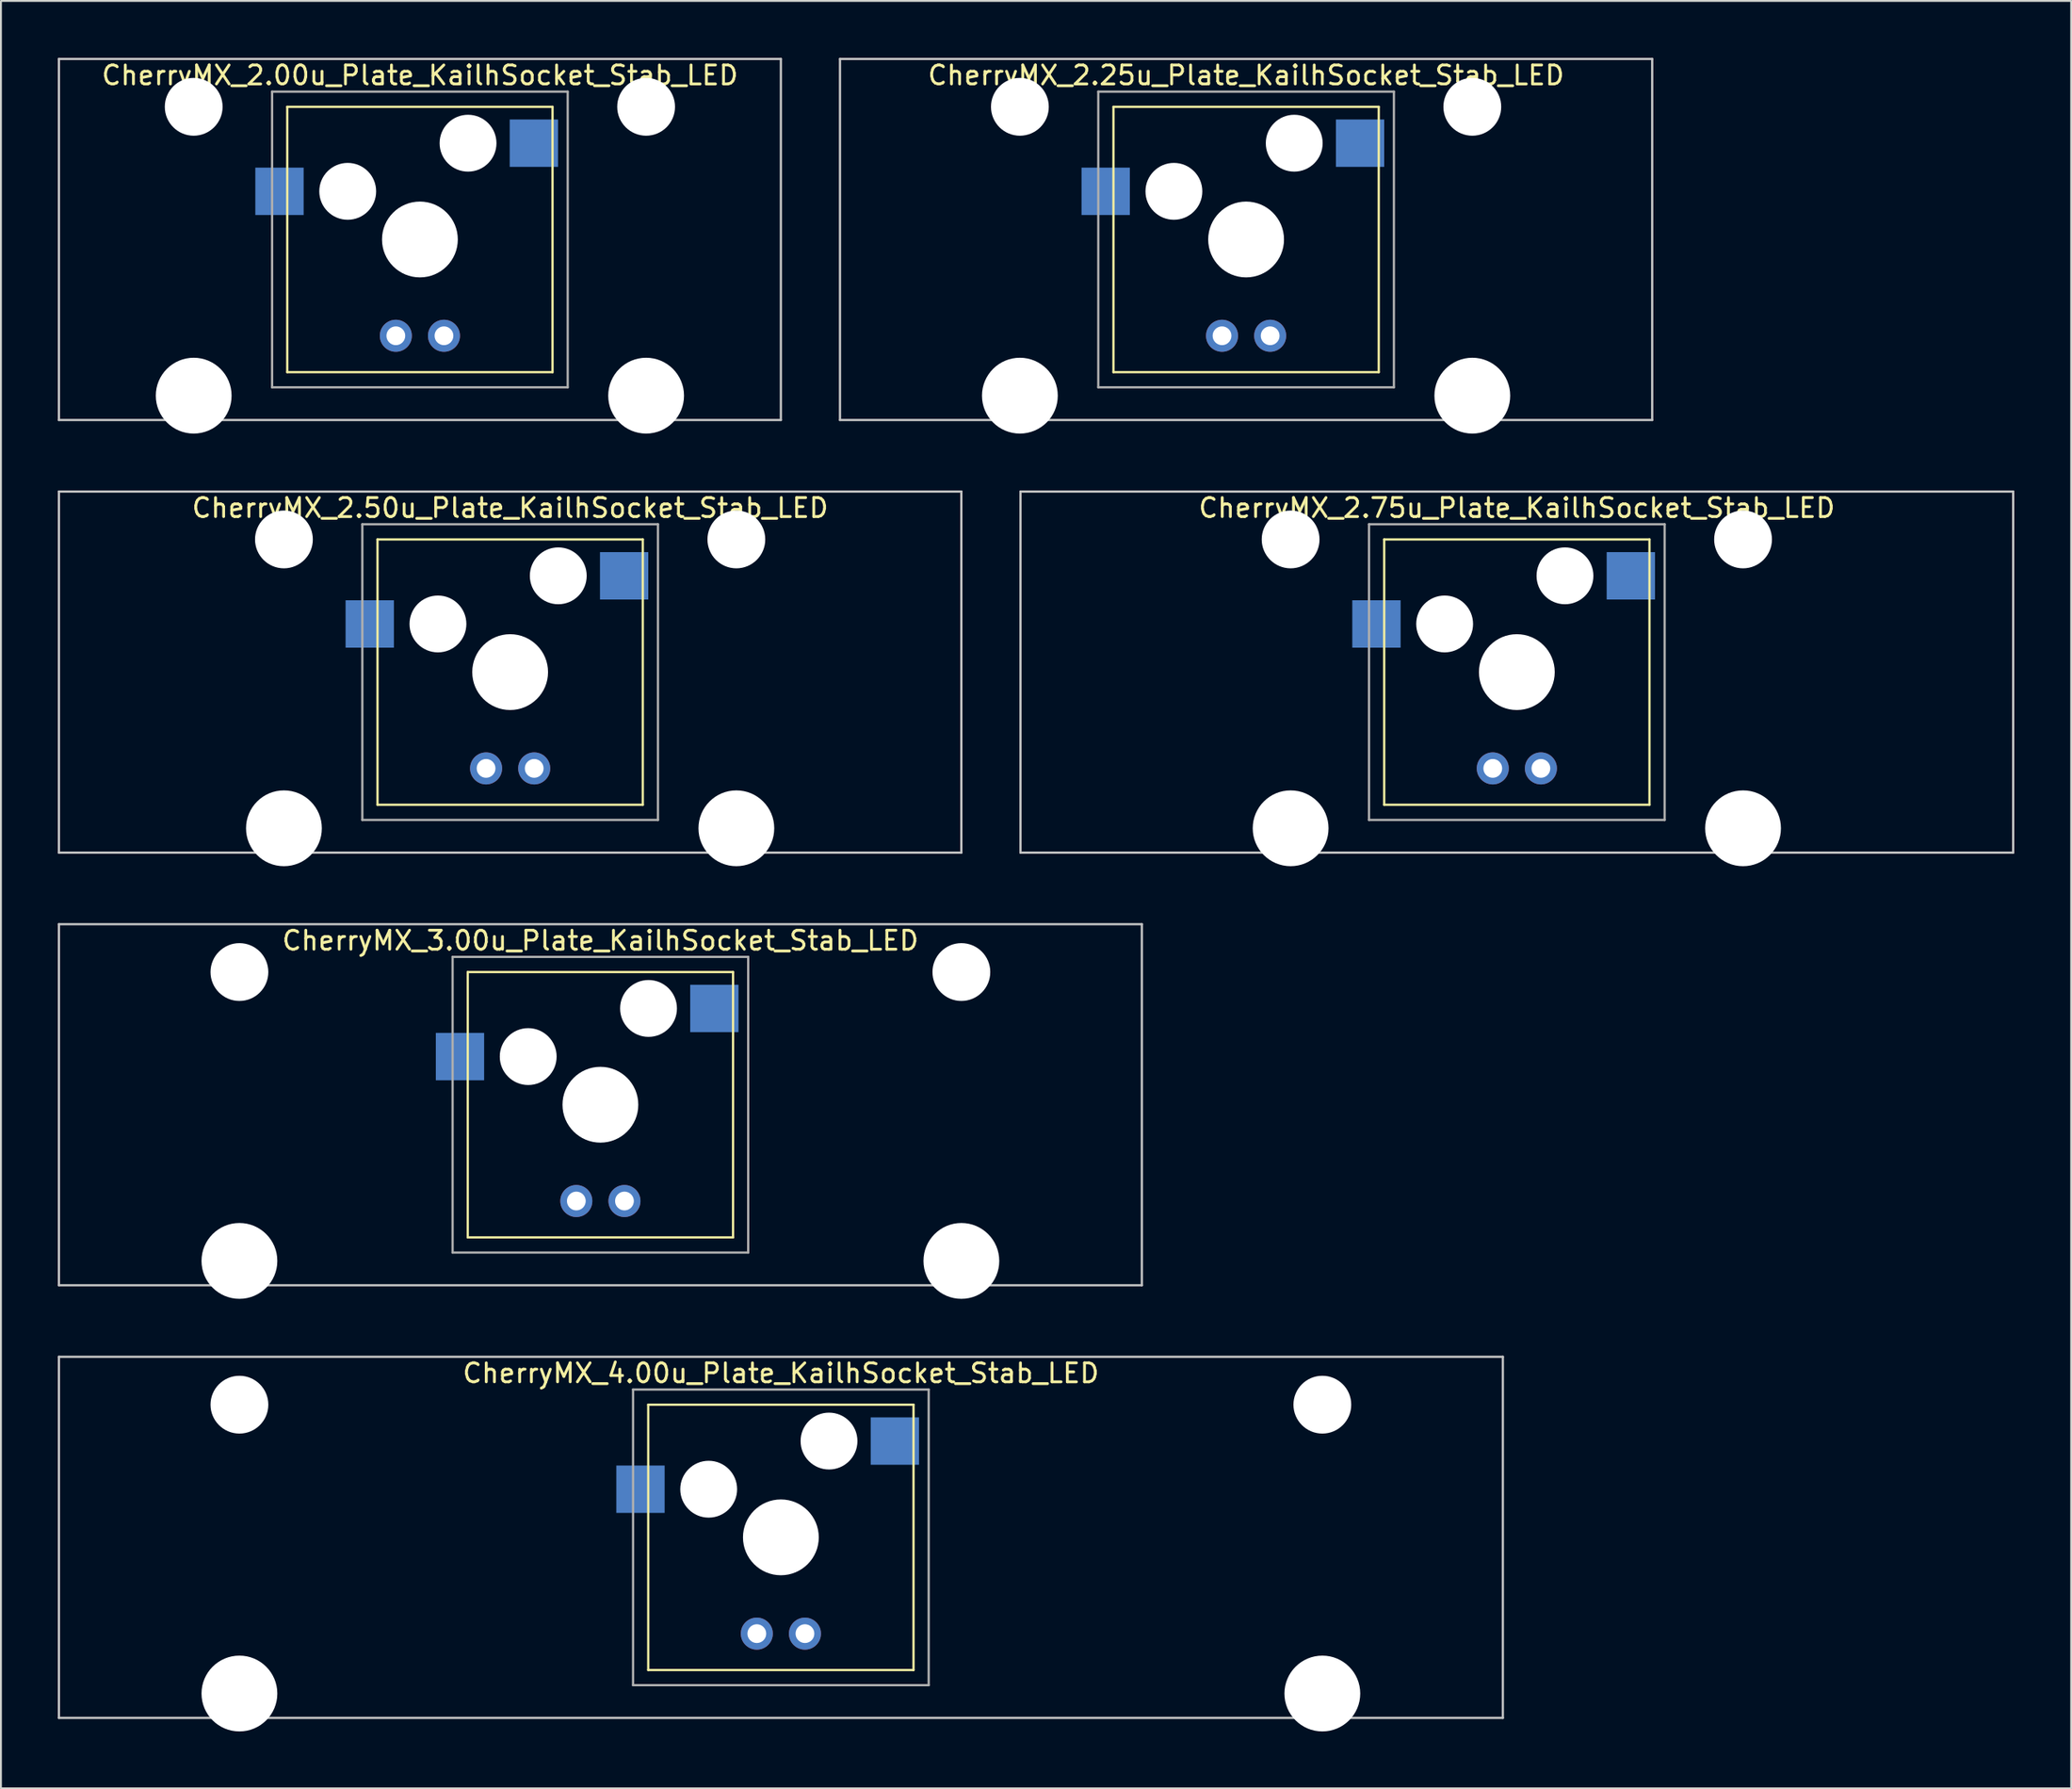
<source format=kicad_pcb>
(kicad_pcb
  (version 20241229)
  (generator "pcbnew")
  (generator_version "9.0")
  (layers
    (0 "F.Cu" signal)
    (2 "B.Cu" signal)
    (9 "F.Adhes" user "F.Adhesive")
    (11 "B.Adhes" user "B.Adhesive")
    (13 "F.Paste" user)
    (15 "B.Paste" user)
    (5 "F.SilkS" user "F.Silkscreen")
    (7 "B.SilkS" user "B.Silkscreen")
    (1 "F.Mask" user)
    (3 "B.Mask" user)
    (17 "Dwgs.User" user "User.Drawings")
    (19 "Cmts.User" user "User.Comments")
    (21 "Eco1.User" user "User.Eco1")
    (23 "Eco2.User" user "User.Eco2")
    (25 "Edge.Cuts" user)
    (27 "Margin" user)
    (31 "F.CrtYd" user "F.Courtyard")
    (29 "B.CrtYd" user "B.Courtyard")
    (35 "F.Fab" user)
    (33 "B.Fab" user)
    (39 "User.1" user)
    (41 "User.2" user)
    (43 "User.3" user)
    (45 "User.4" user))
  (footprint "CherryMX_2.00u_Plate_KailhSocket_Stab_LED"
    (layer "F.Cu")
    (at 19.11 9.585)
    (property "Reference" "CherryMX_2.00u_Plate_KailhSocket_Stab_LED" (at 0 -8.662 0) (layer "F.SilkS") (effects (font (size 1 1) (thickness 0.15))))
    (attr through_hole)
    (fp_line (start -7 -7) (end -7 7) (stroke (width 0.12) (type solid)) (layer "F.SilkS"))
    (fp_line (start -7 -7) (end 7 -7) (stroke (width 0.12) (type solid)) (layer "F.SilkS"))
    (fp_line (start 7 -7) (end 7 7) (stroke (width 0.12) (type solid)) (layer "F.SilkS"))
    (fp_line (start 7 7) (end -7 7) (stroke (width 0.12) (type solid)) (layer "F.SilkS"))
    (fp_line (start -19.05 -9.525) (end 19.05 -9.525) (stroke (width 0.12) (type solid)) (layer "Dwgs.User"))
    (fp_line (start -19.05 9.525) (end -19.05 -9.525) (stroke (width 0.12) (type solid)) (layer "Dwgs.User"))
    (fp_line (start 19.05 -9.525) (end 19.05 9.525) (stroke (width 0.12) (type solid)) (layer "Dwgs.User"))
    (fp_line (start 19.05 9.525) (end -19.05 9.525) (stroke (width 0.12) (type solid)) (layer "Dwgs.User"))
    (fp_line (start -7.8 -7.8) (end -7.8 7.8) (stroke (width 0.12) (type solid)) (layer "F.Fab"))
    (fp_line (start -7.8 -7.8) (end 7.8 -7.8) (stroke (width 0.12) (type solid)) (layer "F.Fab"))
    (fp_line (start -7.8 7.8) (end 7.8 7.8) (stroke (width 0.12) (type solid)) (layer "F.Fab"))
    (fp_line (start 7.8 -7.8) (end 7.8 7.8) (stroke (width 0.12) (type solid)) (layer "F.Fab"))
    (pad "" np_thru_hole circle (at -11.938 -7) (size 3.05 3.05) (drill 3.05) (layers "*.Cu" "*.Mask"))
    (pad "" np_thru_hole circle (at -11.938 8.24) (size 4 4) (drill 4) (layers "*.Cu" "*.Mask"))
    (pad "" np_thru_hole circle (at -3.81 -2.54) (size 3 3) (drill 3) (layers "*.Cu" "*.Mask"))
    (pad "" np_thru_hole circle (at 0 0) (size 4 4) (drill 4) (layers "*.Cu" "*.Mask"))
    (pad "" np_thru_hole circle (at 2.54 -5.08) (size 3 3) (drill 3) (layers "*.Cu" "*.Mask"))
    (pad "" np_thru_hole circle (at 11.938 -7) (size 3.05 3.05) (drill 3.05) (layers "*.Cu" "*.Mask"))
    (pad "" np_thru_hole circle (at 11.938 8.24) (size 4 4) (drill 4) (layers "*.Cu" "*.Mask"))
    (pad "1" smd rect (at -7.41 -2.54) (size 2.55 2.5) (layers "B.Cu" "B.Mask" "B.Paste"))
    (pad "2" smd rect (at 6.015 -5.08) (size 2.55 2.5) (layers "B.Cu" "B.Mask" "B.Paste"))
    (pad "3" thru_hole circle (at -1.27 5.08) (size 1.691 1.691) (drill 0.991) (layers "*.Cu" "*.Mask"))
    (pad "4" thru_hole circle (at 1.27 5.08) (size 1.691 1.691) (drill 0.991) (layers "*.Cu" "*.Mask")))
  (footprint "CherryMX_3.00u_Plate_KailhSocket_Stab_LED"
    (layer "F.Cu")
    (at 28.635 55.235)
    (property "Reference" "CherryMX_3.00u_Plate_KailhSocket_Stab_LED" (at 0 -8.662 0) (layer "F.SilkS") (effects (font (size 1 1) (thickness 0.15))))
    (attr through_hole)
    (fp_line (start -7 -7) (end -7 7) (stroke (width 0.12) (type solid)) (layer "F.SilkS"))
    (fp_line (start -7 -7) (end 7 -7) (stroke (width 0.12) (type solid)) (layer "F.SilkS"))
    (fp_line (start 7 -7) (end 7 7) (stroke (width 0.12) (type solid)) (layer "F.SilkS"))
    (fp_line (start 7 7) (end -7 7) (stroke (width 0.12) (type solid)) (layer "F.SilkS"))
    (fp_line (start -28.575 -9.525) (end 28.575 -9.525) (stroke (width 0.12) (type solid)) (layer "Dwgs.User"))
    (fp_line (start -28.575 9.525) (end -28.575 -9.525) (stroke (width 0.12) (type solid)) (layer "Dwgs.User"))
    (fp_line (start 28.575 -9.525) (end 28.575 9.525) (stroke (width 0.12) (type solid)) (layer "Dwgs.User"))
    (fp_line (start 28.575 9.525) (end -28.575 9.525) (stroke (width 0.12) (type solid)) (layer "Dwgs.User"))
    (fp_line (start -7.8 -7.8) (end -7.8 7.8) (stroke (width 0.12) (type solid)) (layer "F.Fab"))
    (fp_line (start -7.8 -7.8) (end 7.8 -7.8) (stroke (width 0.12) (type solid)) (layer "F.Fab"))
    (fp_line (start -7.8 7.8) (end 7.8 7.8) (stroke (width 0.12) (type solid)) (layer "F.Fab"))
    (fp_line (start 7.8 -7.8) (end 7.8 7.8) (stroke (width 0.12) (type solid)) (layer "F.Fab"))
    (pad "" np_thru_hole circle (at -19.05 -7) (size 3.05 3.05) (drill 3.05) (layers "*.Cu" "*.Mask"))
    (pad "" np_thru_hole circle (at -19.05 8.24) (size 4 4) (drill 4) (layers "*.Cu" "*.Mask"))
    (pad "" np_thru_hole circle (at -3.81 -2.54) (size 3 3) (drill 3) (layers "*.Cu" "*.Mask"))
    (pad "" np_thru_hole circle (at 0 0) (size 4 4) (drill 4) (layers "*.Cu" "*.Mask"))
    (pad "" np_thru_hole circle (at 2.54 -5.08) (size 3 3) (drill 3) (layers "*.Cu" "*.Mask"))
    (pad "" np_thru_hole circle (at 19.05 -7) (size 3.05 3.05) (drill 3.05) (layers "*.Cu" "*.Mask"))
    (pad "" np_thru_hole circle (at 19.05 8.24) (size 4 4) (drill 4) (layers "*.Cu" "*.Mask"))
    (pad "1" smd rect (at -7.41 -2.54) (size 2.55 2.5) (layers "B.Cu" "B.Mask" "B.Paste"))
    (pad "2" smd rect (at 6.015 -5.08) (size 2.55 2.5) (layers "B.Cu" "B.Mask" "B.Paste"))
    (pad "3" thru_hole circle (at -1.27 5.08) (size 1.691 1.691) (drill 0.991) (layers "*.Cu" "*.Mask"))
    (pad "4" thru_hole circle (at 1.27 5.08) (size 1.691 1.691) (drill 0.991) (layers "*.Cu" "*.Mask")))
  (footprint "CherryMX_4.00u_Plate_KailhSocket_Stab_LED"
    (layer "F.Cu")
    (at 38.16 78.06)
    (property "Reference" "CherryMX_4.00u_Plate_KailhSocket_Stab_LED" (at 0 -8.662 0) (layer "F.SilkS") (effects (font (size 1 1) (thickness 0.15))))
    (attr through_hole)
    (fp_line (start -7 -7) (end -7 7) (stroke (width 0.12) (type solid)) (layer "F.SilkS"))
    (fp_line (start -7 -7) (end 7 -7) (stroke (width 0.12) (type solid)) (layer "F.SilkS"))
    (fp_line (start 7 -7) (end 7 7) (stroke (width 0.12) (type solid)) (layer "F.SilkS"))
    (fp_line (start 7 7) (end -7 7) (stroke (width 0.12) (type solid)) (layer "F.SilkS"))
    (fp_line (start -38.1 -9.525) (end 38.1 -9.525) (stroke (width 0.12) (type solid)) (layer "Dwgs.User"))
    (fp_line (start -38.1 9.525) (end -38.1 -9.525) (stroke (width 0.12) (type solid)) (layer "Dwgs.User"))
    (fp_line (start 38.1 -9.525) (end 38.1 9.525) (stroke (width 0.12) (type solid)) (layer "Dwgs.User"))
    (fp_line (start 38.1 9.525) (end -38.1 9.525) (stroke (width 0.12) (type solid)) (layer "Dwgs.User"))
    (fp_line (start -7.8 -7.8) (end -7.8 7.8) (stroke (width 0.12) (type solid)) (layer "F.Fab"))
    (fp_line (start -7.8 -7.8) (end 7.8 -7.8) (stroke (width 0.12) (type solid)) (layer "F.Fab"))
    (fp_line (start -7.8 7.8) (end 7.8 7.8) (stroke (width 0.12) (type solid)) (layer "F.Fab"))
    (fp_line (start 7.8 -7.8) (end 7.8 7.8) (stroke (width 0.12) (type solid)) (layer "F.Fab"))
    (pad "" np_thru_hole circle (at -28.575 -7) (size 3.05 3.05) (drill 3.05) (layers "*.Cu" "*.Mask"))
    (pad "" np_thru_hole circle (at -28.575 8.24) (size 4 4) (drill 4) (layers "*.Cu" "*.Mask"))
    (pad "" np_thru_hole circle (at -3.81 -2.54) (size 3 3) (drill 3) (layers "*.Cu" "*.Mask"))
    (pad "" np_thru_hole circle (at 0 0) (size 4 4) (drill 4) (layers "*.Cu" "*.Mask"))
    (pad "" np_thru_hole circle (at 2.54 -5.08) (size 3 3) (drill 3) (layers "*.Cu" "*.Mask"))
    (pad "" np_thru_hole circle (at 28.575 -7) (size 3.05 3.05) (drill 3.05) (layers "*.Cu" "*.Mask"))
    (pad "" np_thru_hole circle (at 28.575 8.24) (size 4 4) (drill 4) (layers "*.Cu" "*.Mask"))
    (pad "1" smd rect (at -7.41 -2.54) (size 2.55 2.5) (layers "B.Cu" "B.Mask" "B.Paste"))
    (pad "2" smd rect (at 6.015 -5.08) (size 2.55 2.5) (layers "B.Cu" "B.Mask" "B.Paste"))
    (pad "3" thru_hole circle (at -1.27 5.08) (size 1.691 1.691) (drill 0.991) (layers "*.Cu" "*.Mask"))
    (pad "4" thru_hole circle (at 1.27 5.08) (size 1.691 1.691) (drill 0.991) (layers "*.Cu" "*.Mask")))
  (footprint "CherryMX_2.50u_Plate_KailhSocket_Stab_LED"
    (layer "F.Cu")
    (at 23.872 32.41)
    (property "Reference" "CherryMX_2.50u_Plate_KailhSocket_Stab_LED" (at 0 -8.662 0) (layer "F.SilkS") (effects (font (size 1 1) (thickness 0.15))))
    (attr through_hole)
    (fp_line (start -7 -7) (end -7 7) (stroke (width 0.12) (type solid)) (layer "F.SilkS"))
    (fp_line (start -7 -7) (end 7 -7) (stroke (width 0.12) (type solid)) (layer "F.SilkS"))
    (fp_line (start 7 -7) (end 7 7) (stroke (width 0.12) (type solid)) (layer "F.SilkS"))
    (fp_line (start 7 7) (end -7 7) (stroke (width 0.12) (type solid)) (layer "F.SilkS"))
    (fp_line (start -23.812 -9.525) (end 23.812 -9.525) (stroke (width 0.12) (type solid)) (layer "Dwgs.User"))
    (fp_line (start -23.812 9.525) (end -23.812 -9.525) (stroke (width 0.12) (type solid)) (layer "Dwgs.User"))
    (fp_line (start 23.812 -9.525) (end 23.812 9.525) (stroke (width 0.12) (type solid)) (layer "Dwgs.User"))
    (fp_line (start 23.812 9.525) (end -23.812 9.525) (stroke (width 0.12) (type solid)) (layer "Dwgs.User"))
    (fp_line (start -7.8 -7.8) (end -7.8 7.8) (stroke (width 0.12) (type solid)) (layer "F.Fab"))
    (fp_line (start -7.8 -7.8) (end 7.8 -7.8) (stroke (width 0.12) (type solid)) (layer "F.Fab"))
    (fp_line (start -7.8 7.8) (end 7.8 7.8) (stroke (width 0.12) (type solid)) (layer "F.Fab"))
    (fp_line (start 7.8 -7.8) (end 7.8 7.8) (stroke (width 0.12) (type solid)) (layer "F.Fab"))
    (pad "" np_thru_hole circle (at -11.938 -7) (size 3.05 3.05) (drill 3.05) (layers "*.Cu" "*.Mask"))
    (pad "" np_thru_hole circle (at -11.938 8.24) (size 4 4) (drill 4) (layers "*.Cu" "*.Mask"))
    (pad "" np_thru_hole circle (at -3.81 -2.54) (size 3 3) (drill 3) (layers "*.Cu" "*.Mask"))
    (pad "" np_thru_hole circle (at 0 0) (size 4 4) (drill 4) (layers "*.Cu" "*.Mask"))
    (pad "" np_thru_hole circle (at 2.54 -5.08) (size 3 3) (drill 3) (layers "*.Cu" "*.Mask"))
    (pad "" np_thru_hole circle (at 11.938 -7) (size 3.05 3.05) (drill 3.05) (layers "*.Cu" "*.Mask"))
    (pad "" np_thru_hole circle (at 11.938 8.24) (size 4 4) (drill 4) (layers "*.Cu" "*.Mask"))
    (pad "1" smd rect (at -7.41 -2.54) (size 2.55 2.5) (layers "B.Cu" "B.Mask" "B.Paste"))
    (pad "2" smd rect (at 6.015 -5.08) (size 2.55 2.5) (layers "B.Cu" "B.Mask" "B.Paste"))
    (pad "3" thru_hole circle (at -1.27 5.08) (size 1.691 1.691) (drill 0.991) (layers "*.Cu" "*.Mask"))
    (pad "4" thru_hole circle (at 1.27 5.08) (size 1.691 1.691) (drill 0.991) (layers "*.Cu" "*.Mask")))
  (footprint "CherryMX_2.75u_Plate_KailhSocket_Stab_LED"
    (layer "F.Cu")
    (at 76.999 32.41)
    (property "Reference" "CherryMX_2.75u_Plate_KailhSocket_Stab_LED" (at 0 -8.662 0) (layer "F.SilkS") (effects (font (size 1 1) (thickness 0.15))))
    (attr through_hole)
    (fp_line (start -7 -7) (end -7 7) (stroke (width 0.12) (type solid)) (layer "F.SilkS"))
    (fp_line (start -7 -7) (end 7 -7) (stroke (width 0.12) (type solid)) (layer "F.SilkS"))
    (fp_line (start 7 -7) (end 7 7) (stroke (width 0.12) (type solid)) (layer "F.SilkS"))
    (fp_line (start 7 7) (end -7 7) (stroke (width 0.12) (type solid)) (layer "F.SilkS"))
    (fp_line (start -26.194 -9.525) (end 26.194 -9.525) (stroke (width 0.12) (type solid)) (layer "Dwgs.User"))
    (fp_line (start -26.194 9.525) (end -26.194 -9.525) (stroke (width 0.12) (type solid)) (layer "Dwgs.User"))
    (fp_line (start 26.194 -9.525) (end 26.194 9.525) (stroke (width 0.12) (type solid)) (layer "Dwgs.User"))
    (fp_line (start 26.194 9.525) (end -26.194 9.525) (stroke (width 0.12) (type solid)) (layer "Dwgs.User"))
    (fp_line (start -7.8 -7.8) (end -7.8 7.8) (stroke (width 0.12) (type solid)) (layer "F.Fab"))
    (fp_line (start -7.8 -7.8) (end 7.8 -7.8) (stroke (width 0.12) (type solid)) (layer "F.Fab"))
    (fp_line (start -7.8 7.8) (end 7.8 7.8) (stroke (width 0.12) (type solid)) (layer "F.Fab"))
    (fp_line (start 7.8 -7.8) (end 7.8 7.8) (stroke (width 0.12) (type solid)) (layer "F.Fab"))
    (pad "" np_thru_hole circle (at -11.938 -7) (size 3.05 3.05) (drill 3.05) (layers "*.Cu" "*.Mask"))
    (pad "" np_thru_hole circle (at -11.938 8.24) (size 4 4) (drill 4) (layers "*.Cu" "*.Mask"))
    (pad "" np_thru_hole circle (at -3.81 -2.54) (size 3 3) (drill 3) (layers "*.Cu" "*.Mask"))
    (pad "" np_thru_hole circle (at 0 0) (size 4 4) (drill 4) (layers "*.Cu" "*.Mask"))
    (pad "" np_thru_hole circle (at 2.54 -5.08) (size 3 3) (drill 3) (layers "*.Cu" "*.Mask"))
    (pad "" np_thru_hole circle (at 11.938 -7) (size 3.05 3.05) (drill 3.05) (layers "*.Cu" "*.Mask"))
    (pad "" np_thru_hole circle (at 11.938 8.24) (size 4 4) (drill 4) (layers "*.Cu" "*.Mask"))
    (pad "1" smd rect (at -7.41 -2.54) (size 2.55 2.5) (layers "B.Cu" "B.Mask" "B.Paste"))
    (pad "2" smd rect (at 6.015 -5.08) (size 2.55 2.5) (layers "B.Cu" "B.Mask" "B.Paste"))
    (pad "3" thru_hole circle (at -1.27 5.08) (size 1.691 1.691) (drill 0.991) (layers "*.Cu" "*.Mask"))
    (pad "4" thru_hole circle (at 1.27 5.08) (size 1.691 1.691) (drill 0.991) (layers "*.Cu" "*.Mask")))
  (footprint "CherryMX_2.25u_Plate_KailhSocket_Stab_LED"
    (layer "F.Cu")
    (at 62.711 9.585)
    (property "Reference" "CherryMX_2.25u_Plate_KailhSocket_Stab_LED" (at 0 -8.662 0) (layer "F.SilkS") (effects (font (size 1 1) (thickness 0.15))))
    (attr through_hole)
    (fp_line (start -7 -7) (end -7 7) (stroke (width 0.12) (type solid)) (layer "F.SilkS"))
    (fp_line (start -7 -7) (end 7 -7) (stroke (width 0.12) (type solid)) (layer "F.SilkS"))
    (fp_line (start 7 -7) (end 7 7) (stroke (width 0.12) (type solid)) (layer "F.SilkS"))
    (fp_line (start 7 7) (end -7 7) (stroke (width 0.12) (type solid)) (layer "F.SilkS"))
    (fp_line (start -21.431 -9.525) (end 21.431 -9.525) (stroke (width 0.12) (type solid)) (layer "Dwgs.User"))
    (fp_line (start -21.431 9.525) (end -21.431 -9.525) (stroke (width 0.12) (type solid)) (layer "Dwgs.User"))
    (fp_line (start 21.431 -9.525) (end 21.431 9.525) (stroke (width 0.12) (type solid)) (layer "Dwgs.User"))
    (fp_line (start 21.431 9.525) (end -21.431 9.525) (stroke (width 0.12) (type solid)) (layer "Dwgs.User"))
    (fp_line (start -7.8 -7.8) (end -7.8 7.8) (stroke (width 0.12) (type solid)) (layer "F.Fab"))
    (fp_line (start -7.8 -7.8) (end 7.8 -7.8) (stroke (width 0.12) (type solid)) (layer "F.Fab"))
    (fp_line (start -7.8 7.8) (end 7.8 7.8) (stroke (width 0.12) (type solid)) (layer "F.Fab"))
    (fp_line (start 7.8 -7.8) (end 7.8 7.8) (stroke (width 0.12) (type solid)) (layer "F.Fab"))
    (pad "" np_thru_hole circle (at -11.938 -7) (size 3.05 3.05) (drill 3.05) (layers "*.Cu" "*.Mask"))
    (pad "" np_thru_hole circle (at -11.938 8.24) (size 4 4) (drill 4) (layers "*.Cu" "*.Mask"))
    (pad "" np_thru_hole circle (at -3.81 -2.54) (size 3 3) (drill 3) (layers "*.Cu" "*.Mask"))
    (pad "" np_thru_hole circle (at 0 0) (size 4 4) (drill 4) (layers "*.Cu" "*.Mask"))
    (pad "" np_thru_hole circle (at 2.54 -5.08) (size 3 3) (drill 3) (layers "*.Cu" "*.Mask"))
    (pad "" np_thru_hole circle (at 11.938 -7) (size 3.05 3.05) (drill 3.05) (layers "*.Cu" "*.Mask"))
    (pad "" np_thru_hole circle (at 11.938 8.24) (size 4 4) (drill 4) (layers "*.Cu" "*.Mask"))
    (pad "1" smd rect (at -7.41 -2.54) (size 2.55 2.5) (layers "B.Cu" "B.Mask" "B.Paste"))
    (pad "2" smd rect (at 6.015 -5.08) (size 2.55 2.5) (layers "B.Cu" "B.Mask" "B.Paste"))
    (pad "3" thru_hole circle (at -1.27 5.08) (size 1.691 1.691) (drill 0.991) (layers "*.Cu" "*.Mask"))
    (pad "4" thru_hole circle (at 1.27 5.08) (size 1.691 1.691) (drill 0.991) (layers "*.Cu" "*.Mask")))
  (gr_rect
    (start -3 -3)
    (end 106.252 91.3)
    (stroke (width 0.1) (type default))
    (fill no)
    (layer "Edge.Cuts")))
</source>
